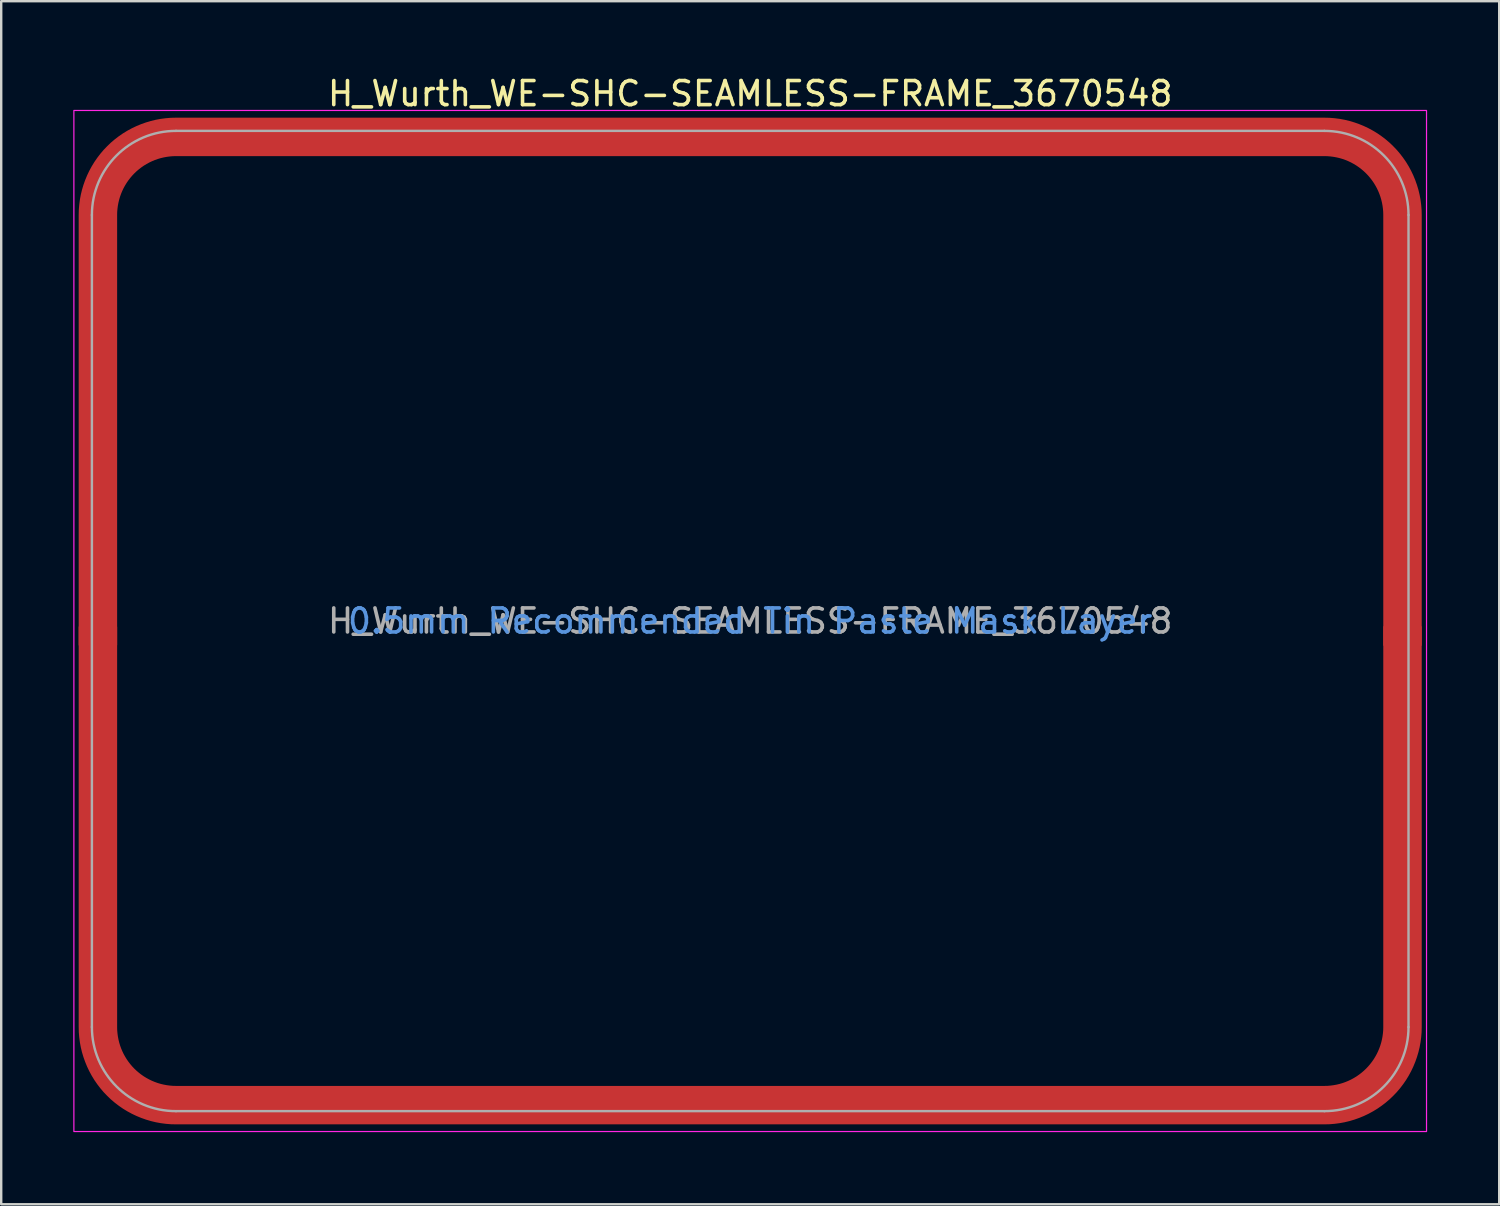
<source format=kicad_pcb>
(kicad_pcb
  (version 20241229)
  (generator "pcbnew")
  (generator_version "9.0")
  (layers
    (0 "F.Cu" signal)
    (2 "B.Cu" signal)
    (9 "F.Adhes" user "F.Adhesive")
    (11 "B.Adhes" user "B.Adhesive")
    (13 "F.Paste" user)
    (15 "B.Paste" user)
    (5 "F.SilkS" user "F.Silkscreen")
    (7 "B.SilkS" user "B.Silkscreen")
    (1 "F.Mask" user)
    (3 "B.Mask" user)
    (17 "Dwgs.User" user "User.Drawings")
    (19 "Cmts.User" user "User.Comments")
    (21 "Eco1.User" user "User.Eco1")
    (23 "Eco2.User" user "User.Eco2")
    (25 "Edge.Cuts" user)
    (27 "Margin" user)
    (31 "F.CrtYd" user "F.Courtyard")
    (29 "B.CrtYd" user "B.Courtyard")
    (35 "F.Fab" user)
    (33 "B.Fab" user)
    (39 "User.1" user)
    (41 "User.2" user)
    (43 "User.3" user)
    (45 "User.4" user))
  (footprint "H_Wurth_WE-SHC-SEAMLESS-FRAME_3670548"
    (layer "F.Cu")
    (at 28.175 22.798)
    (property "Reference" "H_Wurth_WE-SHC-SEAMLESS-FRAME_3670548" (at 0 -21.95 0) (unlocked yes) (layer "F.SilkS") (effects (font (size 1 1) (thickness 0.15))))
    (attr smd)
    (fp_poly (pts (xy 26.4 0.25) (xy 27.9 0.25) (xy 27.9 16.9) (xy 27.895 17.109) (xy 27.878 17.318) (xy 27.851 17.526) (xy 27.813 17.732) (xy 27.764 17.935) (xy 27.704 18.136) (xy 27.634 18.333) (xy 27.554 18.527) (xy 27.464 18.716) (xy 27.364 18.9) (xy 27.255 19.079) (xy 27.136 19.251) (xy 27.009 19.417) (xy 26.873 19.577) (xy 26.728 19.728) (xy 26.577 19.873) (xy 26.417 20.009) (xy 26.251 20.136) (xy 26.079 20.255) (xy 25.9 20.364) (xy 25.716 20.464) (xy 25.527 20.554) (xy 25.333 20.634) (xy 25.136 20.704) (xy 24.935 20.764) (xy 24.732 20.813) (xy 24.526 20.851) (xy 24.318 20.878) (xy 24.109 20.895) (xy 23.9 20.9) (xy -23.9 20.9) (xy -24.109 20.895) (xy -24.318 20.878) (xy -24.526 20.851) (xy -24.732 20.813) (xy -24.935 20.764) (xy -25.136 20.704) (xy -25.333 20.634) (xy -25.527 20.554) (xy -25.716 20.464) (xy -25.9 20.364) (xy -26.079 20.255) (xy -26.251 20.136) (xy -26.417 20.009) (xy -26.577 19.873) (xy -26.728 19.728) (xy -26.873 19.577) (xy -27.009 19.417) (xy -27.136 19.251) (xy -27.255 19.079) (xy -27.364 18.9) (xy -27.464 18.716) (xy -27.554 18.527) (xy -27.634 18.333) (xy -27.704 18.136) (xy -27.764 17.935) (xy -27.813 17.732) (xy -27.851 17.526) (xy -27.878 17.318) (xy -27.895 17.109) (xy -27.9 16.9) (xy -27.9 0.25) (xy -26.4 0.25) (xy -26.4 16.9) (xy -26.397 17.031) (xy -26.386 17.161) (xy -26.369 17.291) (xy -26.345 17.42) (xy -26.315 17.547) (xy -26.278 17.673) (xy -26.234 17.796) (xy -26.184 17.917) (xy -26.128 18.035) (xy -26.065 18.15) (xy -25.997 18.262) (xy -25.923 18.369) (xy -25.843 18.473) (xy -25.758 18.573) (xy -25.668 18.668) (xy -25.573 18.758) (xy -25.473 18.843) (xy -25.369 18.923) (xy -25.262 18.997) (xy -25.15 19.065) (xy -25.035 19.128) (xy -24.917 19.184) (xy -24.796 19.234) (xy -24.673 19.278) (xy -24.547 19.315) (xy -24.42 19.345) (xy -24.291 19.369) (xy -24.161 19.386) (xy -24.031 19.397) (xy -23.9 19.4) (xy 23.9 19.4) (xy 24.031 19.397) (xy 24.161 19.386) (xy 24.291 19.369) (xy 24.42 19.345) (xy 24.547 19.315) (xy 24.673 19.278) (xy 24.796 19.234) (xy 24.917 19.184) (xy 25.035 19.128) (xy 25.15 19.065) (xy 25.262 18.997) (xy 25.369 18.923) (xy 25.473 18.843) (xy 25.573 18.758) (xy 25.668 18.668) (xy 25.758 18.573) (xy 25.843 18.473) (xy 25.923 18.369) (xy 25.997 18.262) (xy 26.065 18.15) (xy 26.128 18.035) (xy 26.184 17.917) (xy 26.234 17.796) (xy 26.278 17.673) (xy 26.315 17.547) (xy 26.345 17.42) (xy 26.369 17.291) (xy 26.386 17.161) (xy 26.397 17.031) (xy 26.4 16.9) (xy 26.4 0.25)) (stroke (width 0.1) (type solid)) (fill yes) (layer "F.Cu"))
    (fp_poly (pts (xy 26.4 0.25) (xy 27.9 0.25) (xy 27.9 16.9) (xy 27.895 17.109) (xy 27.878 17.318) (xy 27.851 17.526) (xy 27.813 17.732) (xy 27.764 17.935) (xy 27.704 18.136) (xy 27.634 18.333) (xy 27.554 18.527) (xy 27.464 18.716) (xy 27.364 18.9) (xy 27.255 19.079) (xy 27.136 19.251) (xy 27.009 19.417) (xy 26.873 19.577) (xy 26.728 19.728) (xy 26.577 19.873) (xy 26.417 20.009) (xy 26.251 20.136) (xy 26.079 20.255) (xy 25.9 20.364) (xy 25.716 20.464) (xy 25.527 20.554) (xy 25.333 20.634) (xy 25.136 20.704) (xy 24.935 20.764) (xy 24.732 20.813) (xy 24.526 20.851) (xy 24.318 20.878) (xy 24.109 20.895) (xy 23.9 20.9) (xy -23.9 20.9) (xy -24.109 20.895) (xy -24.318 20.878) (xy -24.526 20.851) (xy -24.732 20.813) (xy -24.935 20.764) (xy -25.136 20.704) (xy -25.333 20.634) (xy -25.527 20.554) (xy -25.716 20.464) (xy -25.9 20.364) (xy -26.079 20.255) (xy -26.251 20.136) (xy -26.417 20.009) (xy -26.577 19.873) (xy -26.728 19.728) (xy -26.873 19.577) (xy -27.009 19.417) (xy -27.136 19.251) (xy -27.255 19.079) (xy -27.364 18.9) (xy -27.464 18.716) (xy -27.554 18.527) (xy -27.634 18.333) (xy -27.704 18.136) (xy -27.764 17.935) (xy -27.813 17.732) (xy -27.851 17.526) (xy -27.878 17.318) (xy -27.895 17.109) (xy -27.9 16.9) (xy -27.9 0.25) (xy -26.4 0.25) (xy -26.4 16.9) (xy -26.397 17.031) (xy -26.386 17.161) (xy -26.369 17.291) (xy -26.345 17.42) (xy -26.315 17.547) (xy -26.278 17.673) (xy -26.234 17.796) (xy -26.184 17.917) (xy -26.128 18.035) (xy -26.065 18.15) (xy -25.997 18.262) (xy -25.923 18.369) (xy -25.843 18.473) (xy -25.758 18.573) (xy -25.668 18.668) (xy -25.573 18.758) (xy -25.473 18.843) (xy -25.369 18.923) (xy -25.262 18.997) (xy -25.15 19.065) (xy -25.035 19.128) (xy -24.917 19.184) (xy -24.796 19.234) (xy -24.673 19.278) (xy -24.547 19.315) (xy -24.42 19.345) (xy -24.291 19.369) (xy -24.161 19.386) (xy -24.031 19.397) (xy -23.9 19.4) (xy 23.9 19.4) (xy 24.031 19.397) (xy 24.161 19.386) (xy 24.291 19.369) (xy 24.42 19.345) (xy 24.547 19.315) (xy 24.673 19.278) (xy 24.796 19.234) (xy 24.917 19.184) (xy 25.035 19.128) (xy 25.15 19.065) (xy 25.262 18.997) (xy 25.369 18.923) (xy 25.473 18.843) (xy 25.573 18.758) (xy 25.668 18.668) (xy 25.758 18.573) (xy 25.843 18.473) (xy 25.923 18.369) (xy 25.997 18.262) (xy 26.065 18.15) (xy 26.128 18.035) (xy 26.184 17.917) (xy 26.234 17.796) (xy 26.278 17.673) (xy 26.315 17.547) (xy 26.345 17.42) (xy 26.369 17.291) (xy 26.386 17.161) (xy 26.397 17.031) (xy 26.4 16.9) (xy 26.4 0.25)) (stroke (width 0.1) (type solid)) (fill yes) (layer "F.Mask"))
    (fp_poly (pts (xy 26.4 0.25) (xy 27.9 0.25) (xy 27.9 16.9) (xy 27.895 17.109) (xy 27.878 17.318) (xy 27.851 17.526) (xy 27.813 17.732) (xy 27.764 17.935) (xy 27.704 18.136) (xy 27.634 18.333) (xy 27.554 18.527) (xy 27.464 18.716) (xy 27.364 18.9) (xy 27.255 19.079) (xy 27.136 19.251) (xy 27.009 19.417) (xy 26.873 19.577) (xy 26.728 19.728) (xy 26.577 19.873) (xy 26.417 20.009) (xy 26.251 20.136) (xy 26.079 20.255) (xy 25.9 20.364) (xy 25.716 20.464) (xy 25.527 20.554) (xy 25.333 20.634) (xy 25.136 20.704) (xy 24.935 20.764) (xy 24.732 20.813) (xy 24.526 20.851) (xy 24.318 20.878) (xy 24.109 20.895) (xy 23.9 20.9) (xy -23.9 20.9) (xy -24.109 20.895) (xy -24.318 20.878) (xy -24.526 20.851) (xy -24.732 20.813) (xy -24.935 20.764) (xy -25.136 20.704) (xy -25.333 20.634) (xy -25.527 20.554) (xy -25.716 20.464) (xy -25.9 20.364) (xy -26.079 20.255) (xy -26.251 20.136) (xy -26.417 20.009) (xy -26.577 19.873) (xy -26.728 19.728) (xy -26.873 19.577) (xy -27.009 19.417) (xy -27.136 19.251) (xy -27.255 19.079) (xy -27.364 18.9) (xy -27.464 18.716) (xy -27.554 18.527) (xy -27.634 18.333) (xy -27.704 18.136) (xy -27.764 17.935) (xy -27.813 17.732) (xy -27.851 17.526) (xy -27.878 17.318) (xy -27.895 17.109) (xy -27.9 16.9) (xy -27.9 0.25) (xy -26.4 0.25) (xy -26.4 16.9) (xy -26.397 17.031) (xy -26.386 17.161) (xy -26.369 17.291) (xy -26.345 17.42) (xy -26.315 17.547) (xy -26.278 17.673) (xy -26.234 17.796) (xy -26.184 17.917) (xy -26.128 18.035) (xy -26.065 18.15) (xy -25.997 18.262) (xy -25.923 18.369) (xy -25.843 18.473) (xy -25.758 18.573) (xy -25.668 18.668) (xy -25.573 18.758) (xy -25.473 18.843) (xy -25.369 18.923) (xy -25.262 18.997) (xy -25.15 19.065) (xy -25.035 19.128) (xy -24.917 19.184) (xy -24.796 19.234) (xy -24.673 19.278) (xy -24.547 19.315) (xy -24.42 19.345) (xy -24.291 19.369) (xy -24.161 19.386) (xy -24.031 19.397) (xy -23.9 19.4) (xy 23.9 19.4) (xy 24.031 19.397) (xy 24.161 19.386) (xy 24.291 19.369) (xy 24.42 19.345) (xy 24.547 19.315) (xy 24.673 19.278) (xy 24.796 19.234) (xy 24.917 19.184) (xy 25.035 19.128) (xy 25.15 19.065) (xy 25.262 18.997) (xy 25.369 18.923) (xy 25.473 18.843) (xy 25.573 18.758) (xy 25.668 18.668) (xy 25.758 18.573) (xy 25.843 18.473) (xy 25.923 18.369) (xy 25.997 18.262) (xy 26.065 18.15) (xy 26.128 18.035) (xy 26.184 17.917) (xy 26.234 17.796) (xy 26.278 17.673) (xy 26.315 17.547) (xy 26.345 17.42) (xy 26.369 17.291) (xy 26.386 17.161) (xy 26.397 17.031) (xy 26.4 16.9) (xy 26.4 0.25)) (stroke (width 0.1) (type solid)) (fill yes) (layer "F.Paste"))
    (fp_rect (start -28.15 -21.25) (end 28.15 21.25) (stroke (width 0.05) (type solid)) (fill no) (layer "F.CrtYd"))
    (fp_line (start -27.4 16.9) (end -27.4 -16.9) (stroke (width 0.1) (type solid)) (layer "F.Fab"))
    (fp_line (start -23.9 -20.4) (end 23.9 -20.4) (stroke (width 0.1) (type solid)) (layer "F.Fab"))
    (fp_line (start -23.9 20.4) (end 23.9 20.4) (stroke (width 0.1) (type solid)) (layer "F.Fab"))
    (fp_line (start 27.4 16.9) (end 27.4 -16.9) (stroke (width 0.1) (type solid)) (layer "F.Fab"))
    (fp_arc (start -27.4 -16.9) (mid -26.374874 -19.374873) (end -23.9 -20.4) (stroke (width 0.1) (type default)) (layer "F.Fab"))
    (fp_arc (start -23.9 20.4) (mid -26.374873 19.374874) (end -27.4 16.9) (stroke (width 0.1) (type default)) (layer "F.Fab"))
    (fp_arc (start 23.9 -20.4) (mid 26.374873 -19.374874) (end 27.4 -16.9) (stroke (width 0.1) (type default)) (layer "F.Fab"))
    (fp_arc (start 27.4 16.9) (mid 26.374874 19.374873) (end 23.9 20.4) (stroke (width 0.1) (type default)) (layer "F.Fab"))
    (fp_text user "0.5mm Recommended Tin Paste Mask Layer" (at 0 0 0) (unlocked yes) (layer "Cmts.User") (effects (font (size 1 1) (thickness 0.15))))
    (fp_text user "${REFERENCE}" (at 0 0 0) (unlocked yes) (layer "F.Fab") (effects (font (size 1 1) (thickness 0.15))))
    (pad "1" smd custom (at -27.15 0) (size 1.5 0.1) (layers "F.Cu" "F.Mask" "F.Paste") (options (anchor rect)) (primitives (gr_poly (pts (xy 0.75 1) (xy -0.75 1) (xy -0.75 -16.9) (xy -0.745 -17.109) (xy -0.728 -17.318) (xy -0.701 -17.526) (xy -0.663 -17.732) (xy -0.614 -17.935) (xy -0.554 -18.136) (xy -0.484 -18.333) (xy -0.404 -18.527) (xy -0.314 -18.716) (xy -0.214 -18.9) (xy -0.105 -19.079) (xy 0.014 -19.251) (xy 0.141 -19.417) (xy 0.277 -19.577) (xy 0.422 -19.728) (xy 0.573 -19.873) (xy 0.733 -20.009) (xy 0.899 -20.136) (xy 1.071 -20.255) (xy 1.25 -20.364) (xy 1.434 -20.464) (xy 1.623 -20.554) (xy 1.817 -20.634) (xy 2.014 -20.704) (xy 2.215 -20.764) (xy 2.418 -20.813) (xy 2.624 -20.851) (xy 2.832 -20.878) (xy 3.041 -20.895) (xy 3.25 -20.9) (xy 51.05 -20.9) (xy 51.259 -20.895) (xy 51.468 -20.878) (xy 51.676 -20.851) (xy 51.882 -20.813) (xy 52.085 -20.764) (xy 52.286 -20.704) (xy 52.483 -20.634) (xy 52.677 -20.554) (xy 52.866 -20.464) (xy 53.05 -20.364) (xy 53.229 -20.255) (xy 53.401 -20.136) (xy 53.567 -20.009) (xy 53.727 -19.873) (xy 53.878 -19.728) (xy 54.023 -19.577) (xy 54.159 -19.417) (xy 54.286 -19.251) (xy 54.405 -19.079) (xy 54.514 -18.9) (xy 54.614 -18.716) (xy 54.704 -18.527) (xy 54.784 -18.333) (xy 54.854 -18.136) (xy 54.914 -17.935) (xy 54.963 -17.732) (xy 55.001 -17.526) (xy 55.028 -17.318) (xy 55.045 -17.109) (xy 55.05 -16.9) (xy 55.05 1) (xy 53.55 1) (xy 53.55 -16.9) (xy 53.547 -17.031) (xy 53.536 -17.161) (xy 53.519 -17.291) (xy 53.495 -17.42) (xy 53.465 -17.547) (xy 53.428 -17.673) (xy 53.384 -17.796) (xy 53.334 -17.917) (xy 53.278 -18.035) (xy 53.215 -18.15) (xy 53.147 -18.262) (xy 53.073 -18.369) (xy 52.993 -18.473) (xy 52.908 -18.573) (xy 52.818 -18.668) (xy 52.723 -18.758) (xy 52.623 -18.843) (xy 52.519 -18.923) (xy 52.412 -18.997) (xy 52.3 -19.065) (xy 52.185 -19.128) (xy 52.067 -19.184) (xy 51.946 -19.234) (xy 51.823 -19.278) (xy 51.697 -19.315) (xy 51.57 -19.345) (xy 51.441 -19.369) (xy 51.311 -19.386) (xy 51.181 -19.397) (xy 51.05 -19.4) (xy 3.25 -19.4) (xy 3.119 -19.397) (xy 2.989 -19.386) (xy 2.859 -19.369) (xy 2.73 -19.345) (xy 2.603 -19.315) (xy 2.477 -19.278) (xy 2.354 -19.234) (xy 2.233 -19.184) (xy 2.115 -19.128) (xy 2 -19.065) (xy 1.888 -18.997) (xy 1.781 -18.923) (xy 1.677 -18.843) (xy 1.577 -18.758) (xy 1.482 -18.668) (xy 1.392 -18.573) (xy 1.307 -18.473) (xy 1.227 -18.369) (xy 1.153 -18.262) (xy 1.085 -18.15) (xy 1.022 -18.035) (xy 0.966 -17.917) (xy 0.916 -17.796) (xy 0.872 -17.673) (xy 0.835 -17.547) (xy 0.805 -17.42) (xy 0.781 -17.291) (xy 0.764 -17.161) (xy 0.753 -17.031) (xy 0.75 -16.9) (xy 0.75 1)) (width 0.1) (fill yes)))))
  (gr_rect
    (start -3 -3)
    (end 59.35 47.073)
    (stroke (width 0.1) (type default))
    (fill no)
    (layer "Edge.Cuts")))
</source>
